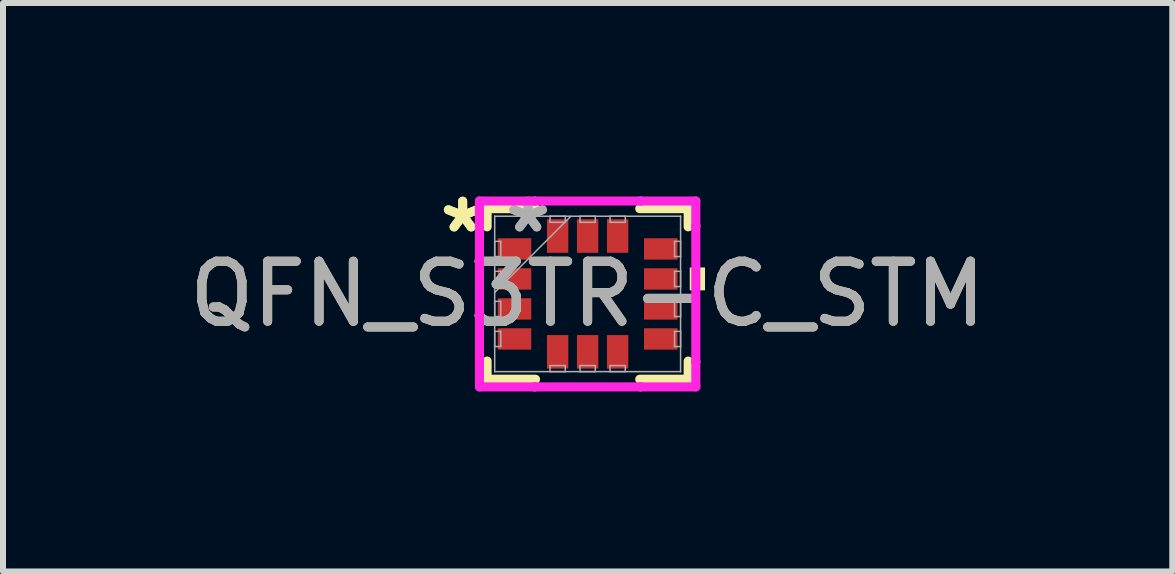
<source format=kicad_pcb>
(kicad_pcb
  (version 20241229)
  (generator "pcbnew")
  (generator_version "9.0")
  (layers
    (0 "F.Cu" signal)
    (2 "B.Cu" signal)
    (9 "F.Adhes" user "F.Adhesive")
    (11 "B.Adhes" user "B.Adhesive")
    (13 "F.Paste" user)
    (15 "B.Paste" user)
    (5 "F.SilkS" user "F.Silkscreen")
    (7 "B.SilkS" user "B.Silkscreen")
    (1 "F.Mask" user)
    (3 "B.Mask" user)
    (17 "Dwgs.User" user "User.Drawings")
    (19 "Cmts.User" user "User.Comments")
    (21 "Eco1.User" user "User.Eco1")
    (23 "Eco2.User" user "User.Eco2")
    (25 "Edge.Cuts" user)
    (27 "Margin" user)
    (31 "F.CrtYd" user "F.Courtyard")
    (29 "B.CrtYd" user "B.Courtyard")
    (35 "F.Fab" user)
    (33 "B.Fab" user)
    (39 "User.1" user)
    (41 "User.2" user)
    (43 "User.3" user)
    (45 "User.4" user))
  (footprint "QFN_S3TR-C_STM"
    (layer "F.Cu")
    (at 6.744 1.849)
    (property "Reference" "QFN_S3TR-C_STM" (at 0 0 0) (unlocked yes) (layer "F.SilkS") (effects (font (size 1 1) (thickness 0.15))))
    (attr smd)
    (fp_line (start -1.676 -1.422) (end -1.676 -1.119) (stroke (width 0.152) (type solid)) (layer "F.SilkS"))
    (fp_line (start -1.676 1.119) (end -1.676 1.422) (stroke (width 0.152) (type solid)) (layer "F.SilkS"))
    (fp_line (start -1.676 1.422) (end -0.869 1.422) (stroke (width 0.152) (type solid)) (layer "F.SilkS"))
    (fp_line (start -0.869 -1.422) (end -1.676 -1.422) (stroke (width 0.152) (type solid)) (layer "F.SilkS"))
    (fp_line (start 0.869 1.422) (end 1.676 1.422) (stroke (width 0.152) (type solid)) (layer "F.SilkS"))
    (fp_line (start 1.676 -1.422) (end 0.869 -1.422) (stroke (width 0.152) (type solid)) (layer "F.SilkS"))
    (fp_line (start 1.676 -1.119) (end 1.676 -1.422) (stroke (width 0.152) (type solid)) (layer "F.SilkS"))
    (fp_line (start 1.676 1.422) (end 1.676 1.119) (stroke (width 0.152) (type solid)) (layer "F.SilkS"))
    (fp_poly (pts (xy 1.956 -0.441) (xy 1.956 -0.06) (xy 1.702 -0.06) (xy 1.702 -0.441)) (stroke (width 0) (type solid)) (fill yes) (layer "F.SilkS"))
    (fp_line (start -1.803 -1.549) (end -0.881 -1.549) (stroke (width 0.152) (type solid)) (layer "F.CrtYd"))
    (fp_line (start -1.803 -1.131) (end -1.803 -1.549) (stroke (width 0.152) (type solid)) (layer "F.CrtYd"))
    (fp_line (start -1.803 -1.131) (end -1.803 -1.131) (stroke (width 0.152) (type solid)) (layer "F.CrtYd"))
    (fp_line (start -1.803 1.131) (end -1.803 -1.131) (stroke (width 0.152) (type solid)) (layer "F.CrtYd"))
    (fp_line (start -1.803 1.131) (end -1.803 1.131) (stroke (width 0.152) (type solid)) (layer "F.CrtYd"))
    (fp_line (start -1.803 1.549) (end -1.803 1.131) (stroke (width 0.152) (type solid)) (layer "F.CrtYd"))
    (fp_line (start -0.881 -1.549) (end -0.881 -1.549) (stroke (width 0.152) (type solid)) (layer "F.CrtYd"))
    (fp_line (start -0.881 -1.549) (end 0.881 -1.549) (stroke (width 0.152) (type solid)) (layer "F.CrtYd"))
    (fp_line (start -0.881 1.549) (end -1.803 1.549) (stroke (width 0.152) (type solid)) (layer "F.CrtYd"))
    (fp_line (start -0.881 1.549) (end -0.881 1.549) (stroke (width 0.152) (type solid)) (layer "F.CrtYd"))
    (fp_line (start 0.881 -1.549) (end 0.881 -1.549) (stroke (width 0.152) (type solid)) (layer "F.CrtYd"))
    (fp_line (start 0.881 -1.549) (end 1.803 -1.549) (stroke (width 0.152) (type solid)) (layer "F.CrtYd"))
    (fp_line (start 0.881 1.549) (end -0.881 1.549) (stroke (width 0.152) (type solid)) (layer "F.CrtYd"))
    (fp_line (start 0.881 1.549) (end 0.881 1.549) (stroke (width 0.152) (type solid)) (layer "F.CrtYd"))
    (fp_line (start 1.803 -1.549) (end 1.803 -1.131) (stroke (width 0.152) (type solid)) (layer "F.CrtYd"))
    (fp_line (start 1.803 -1.131) (end 1.803 -1.131) (stroke (width 0.152) (type solid)) (layer "F.CrtYd"))
    (fp_line (start 1.803 -1.131) (end 1.803 1.131) (stroke (width 0.152) (type solid)) (layer "F.CrtYd"))
    (fp_line (start 1.803 1.131) (end 1.803 1.131) (stroke (width 0.152) (type solid)) (layer "F.CrtYd"))
    (fp_line (start 1.803 1.131) (end 1.803 1.549) (stroke (width 0.152) (type solid)) (layer "F.CrtYd"))
    (fp_line (start 1.803 1.549) (end 0.881 1.549) (stroke (width 0.152) (type solid)) (layer "F.CrtYd"))
    (fp_line (start -1.549 -1.295) (end -1.549 -1.295) (stroke (width 0.025) (type solid)) (layer "F.Fab"))
    (fp_line (start -1.549 -1.295) (end -1.549 1.295) (stroke (width 0.025) (type solid)) (layer "F.Fab"))
    (fp_line (start -1.549 -0.877) (end -1.448 -0.877) (stroke (width 0.025) (type solid)) (layer "F.Fab"))
    (fp_line (start -1.549 -0.623) (end -1.549 -0.877) (stroke (width 0.025) (type solid)) (layer "F.Fab"))
    (fp_line (start -1.549 -0.377) (end -1.448 -0.377) (stroke (width 0.025) (type solid)) (layer "F.Fab"))
    (fp_line (start -1.549 -0.123) (end -1.549 -0.377) (stroke (width 0.025) (type solid)) (layer "F.Fab"))
    (fp_line (start -1.549 -0.025) (end -0.279 -1.295) (stroke (width 0.025) (type solid)) (layer "F.Fab"))
    (fp_line (start -1.549 0.123) (end -1.448 0.123) (stroke (width 0.025) (type solid)) (layer "F.Fab"))
    (fp_line (start -1.549 0.377) (end -1.549 0.123) (stroke (width 0.025) (type solid)) (layer "F.Fab"))
    (fp_line (start -1.549 0.623) (end -1.448 0.623) (stroke (width 0.025) (type solid)) (layer "F.Fab"))
    (fp_line (start -1.549 0.877) (end -1.549 0.623) (stroke (width 0.025) (type solid)) (layer "F.Fab"))
    (fp_line (start -1.549 1.295) (end -1.549 1.295) (stroke (width 0.025) (type solid)) (layer "F.Fab"))
    (fp_line (start -1.549 1.295) (end 1.549 1.295) (stroke (width 0.025) (type solid)) (layer "F.Fab"))
    (fp_line (start -1.448 -0.877) (end -1.448 -0.623) (stroke (width 0.025) (type solid)) (layer "F.Fab"))
    (fp_line (start -1.448 -0.623) (end -1.549 -0.623) (stroke (width 0.025) (type solid)) (layer "F.Fab"))
    (fp_line (start -1.448 -0.377) (end -1.448 -0.123) (stroke (width 0.025) (type solid)) (layer "F.Fab"))
    (fp_line (start -1.448 -0.123) (end -1.549 -0.123) (stroke (width 0.025) (type solid)) (layer "F.Fab"))
    (fp_line (start -1.448 0.123) (end -1.448 0.377) (stroke (width 0.025) (type solid)) (layer "F.Fab"))
    (fp_line (start -1.448 0.377) (end -1.549 0.377) (stroke (width 0.025) (type solid)) (layer "F.Fab"))
    (fp_line (start -1.448 0.623) (end -1.448 0.877) (stroke (width 0.025) (type solid)) (layer "F.Fab"))
    (fp_line (start -1.448 0.877) (end -1.549 0.877) (stroke (width 0.025) (type solid)) (layer "F.Fab"))
    (fp_line (start -0.627 -1.295) (end -0.373 -1.295) (stroke (width 0.025) (type solid)) (layer "F.Fab"))
    (fp_line (start -0.627 -1.194) (end -0.627 -1.295) (stroke (width 0.025) (type solid)) (layer "F.Fab"))
    (fp_line (start -0.627 1.194) (end -0.373 1.194) (stroke (width 0.025) (type solid)) (layer "F.Fab"))
    (fp_line (start -0.627 1.295) (end -0.627 1.194) (stroke (width 0.025) (type solid)) (layer "F.Fab"))
    (fp_line (start -0.373 -1.295) (end -0.373 -1.194) (stroke (width 0.025) (type solid)) (layer "F.Fab"))
    (fp_line (start -0.373 -1.194) (end -0.627 -1.194) (stroke (width 0.025) (type solid)) (layer "F.Fab"))
    (fp_line (start -0.373 1.194) (end -0.373 1.295) (stroke (width 0.025) (type solid)) (layer "F.Fab"))
    (fp_line (start -0.373 1.295) (end -0.627 1.295) (stroke (width 0.025) (type solid)) (layer "F.Fab"))
    (fp_line (start -0.127 -1.295) (end 0.127 -1.295) (stroke (width 0.025) (type solid)) (layer "F.Fab"))
    (fp_line (start -0.127 -1.194) (end -0.127 -1.295) (stroke (width 0.025) (type solid)) (layer "F.Fab"))
    (fp_line (start -0.127 1.194) (end 0.127 1.194) (stroke (width 0.025) (type solid)) (layer "F.Fab"))
    (fp_line (start -0.127 1.295) (end -0.127 1.194) (stroke (width 0.025) (type solid)) (layer "F.Fab"))
    (fp_line (start 0.127 -1.295) (end 0.127 -1.194) (stroke (width 0.025) (type solid)) (layer "F.Fab"))
    (fp_line (start 0.127 -1.194) (end -0.127 -1.194) (stroke (width 0.025) (type solid)) (layer "F.Fab"))
    (fp_line (start 0.127 1.194) (end 0.127 1.295) (stroke (width 0.025) (type solid)) (layer "F.Fab"))
    (fp_line (start 0.127 1.295) (end -0.127 1.295) (stroke (width 0.025) (type solid)) (layer "F.Fab"))
    (fp_line (start 0.373 -1.295) (end 0.627 -1.295) (stroke (width 0.025) (type solid)) (layer "F.Fab"))
    (fp_line (start 0.373 -1.194) (end 0.373 -1.295) (stroke (width 0.025) (type solid)) (layer "F.Fab"))
    (fp_line (start 0.373 1.194) (end 0.627 1.194) (stroke (width 0.025) (type solid)) (layer "F.Fab"))
    (fp_line (start 0.373 1.295) (end 0.373 1.194) (stroke (width 0.025) (type solid)) (layer "F.Fab"))
    (fp_line (start 0.627 -1.295) (end 0.627 -1.194) (stroke (width 0.025) (type solid)) (layer "F.Fab"))
    (fp_line (start 0.627 -1.194) (end 0.373 -1.194) (stroke (width 0.025) (type solid)) (layer "F.Fab"))
    (fp_line (start 0.627 1.194) (end 0.627 1.295) (stroke (width 0.025) (type solid)) (layer "F.Fab"))
    (fp_line (start 0.627 1.295) (end 0.373 1.295) (stroke (width 0.025) (type solid)) (layer "F.Fab"))
    (fp_line (start 1.448 -0.877) (end 1.549 -0.877) (stroke (width 0.025) (type solid)) (layer "F.Fab"))
    (fp_line (start 1.448 -0.623) (end 1.448 -0.877) (stroke (width 0.025) (type solid)) (layer "F.Fab"))
    (fp_line (start 1.448 -0.377) (end 1.549 -0.377) (stroke (width 0.025) (type solid)) (layer "F.Fab"))
    (fp_line (start 1.448 -0.123) (end 1.448 -0.377) (stroke (width 0.025) (type solid)) (layer "F.Fab"))
    (fp_line (start 1.448 0.123) (end 1.549 0.123) (stroke (width 0.025) (type solid)) (layer "F.Fab"))
    (fp_line (start 1.448 0.377) (end 1.448 0.123) (stroke (width 0.025) (type solid)) (layer "F.Fab"))
    (fp_line (start 1.448 0.623) (end 1.549 0.623) (stroke (width 0.025) (type solid)) (layer "F.Fab"))
    (fp_line (start 1.448 0.877) (end 1.448 0.623) (stroke (width 0.025) (type solid)) (layer "F.Fab"))
    (fp_line (start 1.549 -1.295) (end -1.549 -1.295) (stroke (width 0.025) (type solid)) (layer "F.Fab"))
    (fp_line (start 1.549 -1.295) (end 1.549 -1.295) (stroke (width 0.025) (type solid)) (layer "F.Fab"))
    (fp_line (start 1.549 -0.877) (end 1.549 -0.623) (stroke (width 0.025) (type solid)) (layer "F.Fab"))
    (fp_line (start 1.549 -0.623) (end 1.448 -0.623) (stroke (width 0.025) (type solid)) (layer "F.Fab"))
    (fp_line (start 1.549 -0.377) (end 1.549 -0.123) (stroke (width 0.025) (type solid)) (layer "F.Fab"))
    (fp_line (start 1.549 -0.123) (end 1.448 -0.123) (stroke (width 0.025) (type solid)) (layer "F.Fab"))
    (fp_line (start 1.549 0.123) (end 1.549 0.377) (stroke (width 0.025) (type solid)) (layer "F.Fab"))
    (fp_line (start 1.549 0.377) (end 1.448 0.377) (stroke (width 0.025) (type solid)) (layer "F.Fab"))
    (fp_line (start 1.549 0.623) (end 1.549 0.877) (stroke (width 0.025) (type solid)) (layer "F.Fab"))
    (fp_line (start 1.549 0.877) (end 1.448 0.877) (stroke (width 0.025) (type solid)) (layer "F.Fab"))
    (fp_line (start 1.549 1.295) (end 1.549 -1.295) (stroke (width 0.025) (type solid)) (layer "F.Fab"))
    (fp_line (start 1.549 1.295) (end 1.549 1.295) (stroke (width 0.025) (type solid)) (layer "F.Fab"))
    (fp_text user "*" (at -2.083 -1 0) (unlocked yes) (layer "F.SilkS") (effects (font (size 1 1) (thickness 0.15))))
    (fp_text user "*" (at -2.083 -1 0) (layer "F.SilkS") (effects (font (size 1 1) (thickness 0.15))))
    (fp_text user "*" (at -0.991 -1 0) (layer "F.Fab") (effects (font (size 1 1) (thickness 0.15))))
    (fp_text user "${REFERENCE}" (at 0 0 0) (unlocked yes) (layer "F.Fab") (effects (font (size 1 1) (thickness 0.15))))
    (fp_text user "*" (at -0.991 -1 0) (unlocked yes) (layer "F.Fab") (effects (font (size 1 1) (thickness 0.15))))
    (pad "1" smd rect (at -1.219 -0.75 90) (size 0.356 0.559) (layers "F.Cu" "F.Mask" "F.Paste"))
    (pad "2" smd rect (at -1.219 -0.25 90) (size 0.356 0.559) (layers "F.Cu" "F.Mask" "F.Paste"))
    (pad "3" smd rect (at -1.219 0.25 90) (size 0.356 0.559) (layers "F.Cu" "F.Mask" "F.Paste"))
    (pad "4" smd rect (at -1.219 0.75 90) (size 0.356 0.559) (layers "F.Cu" "F.Mask" "F.Paste"))
    (pad "5" smd rect (at -0.5 0.965) (size 0.356 0.559) (layers "F.Cu" "F.Mask" "F.Paste"))
    (pad "6" smd rect (at 0 0.965) (size 0.356 0.559) (layers "F.Cu" "F.Mask" "F.Paste"))
    (pad "7" smd rect (at 0.5 0.965) (size 0.356 0.559) (layers "F.Cu" "F.Mask" "F.Paste"))
    (pad "8" smd rect (at 1.219 0.75 90) (size 0.356 0.559) (layers "F.Cu" "F.Mask" "F.Paste"))
    (pad "9" smd rect (at 1.219 0.25 90) (size 0.356 0.559) (layers "F.Cu" "F.Mask" "F.Paste"))
    (pad "10" smd rect (at 1.219 -0.25 90) (size 0.356 0.559) (layers "F.Cu" "F.Mask" "F.Paste"))
    (pad "11" smd rect (at 1.219 -0.75 90) (size 0.356 0.559) (layers "F.Cu" "F.Mask" "F.Paste"))
    (pad "12" smd rect (at 0.5 -0.965) (size 0.356 0.559) (layers "F.Cu" "F.Mask" "F.Paste"))
    (pad "13" smd rect (at 0 -0.965) (size 0.356 0.559) (layers "F.Cu" "F.Mask" "F.Paste"))
    (pad "14" smd rect (at -0.5 -0.965) (size 0.356 0.559) (layers "F.Cu" "F.Mask" "F.Paste")))
  (gr_rect
    (start -3 -3)
    (end 16.488 6.474)
    (stroke (width 0.1) (type default))
    (fill no)
    (layer "Edge.Cuts")))
</source>
